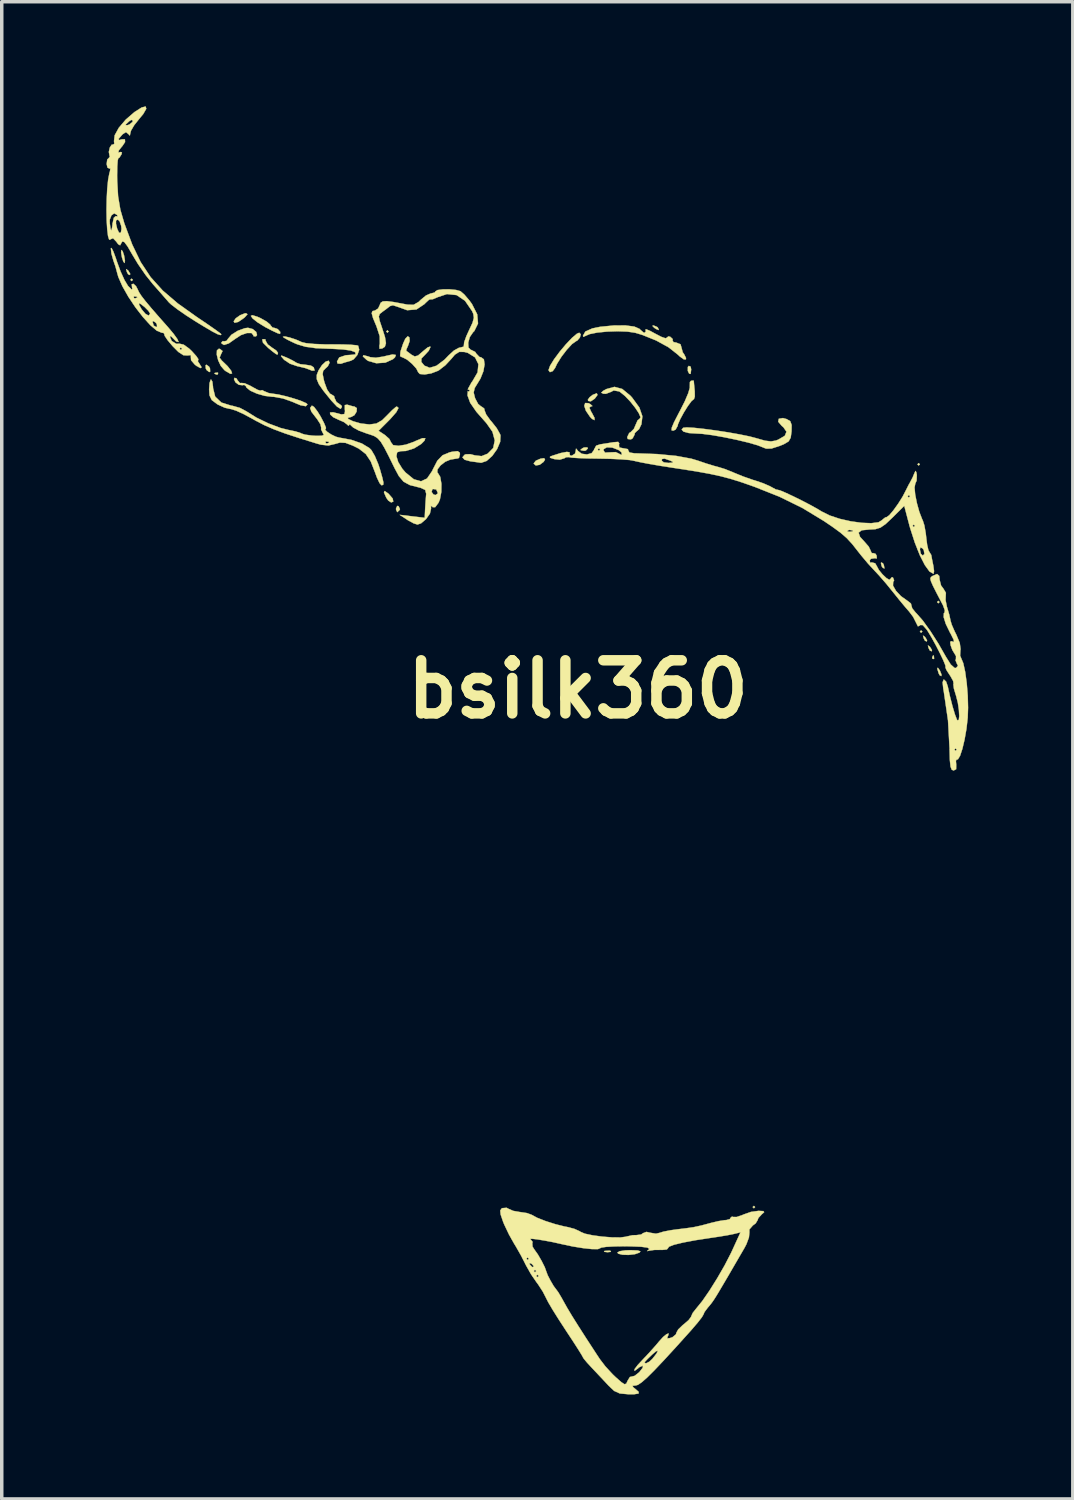
<source format=kicad_pcb>
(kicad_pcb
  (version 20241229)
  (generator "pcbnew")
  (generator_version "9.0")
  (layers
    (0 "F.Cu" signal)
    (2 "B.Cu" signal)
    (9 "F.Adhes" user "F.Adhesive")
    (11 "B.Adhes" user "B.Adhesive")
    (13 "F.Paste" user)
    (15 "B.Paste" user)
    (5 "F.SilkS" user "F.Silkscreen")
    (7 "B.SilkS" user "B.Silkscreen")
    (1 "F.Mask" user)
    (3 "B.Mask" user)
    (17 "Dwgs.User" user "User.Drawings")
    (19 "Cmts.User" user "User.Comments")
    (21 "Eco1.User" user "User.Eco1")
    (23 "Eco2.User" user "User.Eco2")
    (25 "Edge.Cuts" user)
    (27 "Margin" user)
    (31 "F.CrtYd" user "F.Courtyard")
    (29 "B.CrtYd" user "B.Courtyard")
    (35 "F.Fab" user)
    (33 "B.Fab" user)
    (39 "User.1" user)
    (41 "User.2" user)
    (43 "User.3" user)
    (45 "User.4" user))
  (footprint "bsilk360"
    (layer "F.Cu")
    (at 13.532 16.726)
    (property "Reference" "bsilk360" (at 0 0 0) (layer "F.SilkS") (effects (font (size 1.524 1.524) (thickness 0.3))))
    (attr through_hole)
    (fp_poly (pts (xy -12.771 -11.748) (xy -12.806 -11.712) (xy -12.841 -11.748) (xy -12.806 -11.783) (xy -12.771 -11.748)) (stroke (width 0.01) (type solid)) (fill yes) (layer "F.SilkS"))
    (fp_poly (pts (xy -5.433 -10.266) (xy -5.468 -10.231) (xy -5.503 -10.266) (xy -5.468 -10.301) (xy -5.433 -10.266)) (stroke (width 0.01) (type solid)) (fill yes) (layer "F.SilkS"))
    (fp_poly (pts (xy 5.08 14.852) (xy 5.045 14.887) (xy 5.009 14.852) (xy 5.045 14.817) (xy 5.08 14.852)) (stroke (width 0.01) (type solid)) (fill yes) (layer "F.SilkS"))
    (fp_poly (pts (xy 9.807 -6.456) (xy 9.772 -6.421) (xy 9.737 -6.456) (xy 9.772 -6.491) (xy 9.807 -6.456)) (stroke (width 0.01) (type solid)) (fill yes) (layer "F.SilkS"))
    (fp_poly (pts (xy 9.878 -1.658) (xy 9.842 -1.623) (xy 9.807 -1.658) (xy 9.842 -1.693) (xy 9.878 -1.658)) (stroke (width 0.01) (type solid)) (fill yes) (layer "F.SilkS"))
    (fp_poly (pts (xy 10.372 -2.505) (xy 10.336 -2.469) (xy 10.301 -2.505) (xy 10.336 -2.54) (xy 10.372 -2.505)) (stroke (width 0.01) (type solid)) (fill yes) (layer "F.SilkS"))
    (fp_poly (pts (xy -10.325 -9.078) (xy -10.334 -9.036) (xy -10.372 -9.031) (xy -10.43 -9.057) (xy -10.419 -9.078) (xy -10.335 -9.087) (xy -10.325 -9.078)) (stroke (width 0.01) (type solid)) (fill yes) (layer "F.SilkS"))
    (fp_poly (pts (xy 0.935 16.11) (xy 0.944 16.136) (xy 0.847 16.146) (xy 0.747 16.135) (xy 0.758 16.11) (xy 0.903 16.101) (xy 0.935 16.11)) (stroke (width 0.01) (type solid)) (fill yes) (layer "F.SilkS"))
    (fp_poly (pts (xy 10.207 -0.964) (xy 10.215 -0.881) (xy 10.207 -0.87) (xy 10.165 -0.88) (xy 10.16 -0.917) (xy 10.186 -0.975) (xy 10.207 -0.964)) (stroke (width 0.01) (type solid)) (fill yes) (layer "F.SilkS"))
    (fp_poly (pts (xy -12.912 -12.022) (xy -12.903 -12.013) (xy -12.847 -11.921) (xy -12.855 -11.887) (xy -12.907 -11.908) (xy -12.942 -11.974) (xy -12.964 -12.056) (xy -12.912 -12.022)) (stroke (width 0.01) (type solid)) (fill yes) (layer "F.SilkS"))
    (fp_poly (pts (xy -5.149 -5.256) (xy -5.109 -5.171) (xy -5.118 -5.146) (xy -5.186 -5.083) (xy -5.22 -5.154) (xy -5.221 -5.19) (xy -5.186 -5.263) (xy -5.149 -5.256)) (stroke (width 0.01) (type solid)) (fill yes) (layer "F.SilkS"))
    (fp_poly (pts (xy 2.278 -10.391) (xy 2.293 -10.372) (xy 2.318 -10.308) (xy 2.251 -10.332) (xy 2.187 -10.372) (xy 2.133 -10.428) (xy 2.165 -10.441) (xy 2.278 -10.391)) (stroke (width 0.01) (type solid)) (fill yes) (layer "F.SilkS"))
    (fp_poly (pts (xy 3.231 -9.257) (xy 3.246 -9.176) (xy 3.23 -9.049) (xy 3.188 -9.057) (xy 3.15 -9.135) (xy 3.151 -9.248) (xy 3.178 -9.28) (xy 3.231 -9.257)) (stroke (width 0.01) (type solid)) (fill yes) (layer "F.SilkS"))
    (fp_poly (pts (xy 8.747 -3.618) (xy 8.773 -3.566) (xy 8.791 -3.467) (xy 8.744 -3.486) (xy 8.711 -3.532) (xy 8.689 -3.625) (xy 8.698 -3.641) (xy 8.747 -3.618)) (stroke (width 0.01) (type solid)) (fill yes) (layer "F.SilkS"))
    (fp_poly (pts (xy 9.948 -1.51) (xy 9.957 -1.5) (xy 10.013 -1.408) (xy 10.005 -1.374) (xy 9.953 -1.395) (xy 9.918 -1.461) (xy 9.896 -1.543) (xy 9.948 -1.51)) (stroke (width 0.01) (type solid)) (fill yes) (layer "F.SilkS"))
    (fp_poly (pts (xy 10.089 -1.227) (xy 10.098 -1.218) (xy 10.154 -1.126) (xy 10.146 -1.092) (xy 10.094 -1.113) (xy 10.059 -1.179) (xy 10.037 -1.261) (xy 10.089 -1.227)) (stroke (width 0.01) (type solid)) (fill yes) (layer "F.SilkS"))
    (fp_poly (pts (xy 10.38 -0.542) (xy 10.427 -0.425) (xy 10.422 -0.38) (xy 10.374 -0.405) (xy 10.345 -0.461) (xy 10.305 -0.595) (xy 10.322 -0.622) (xy 10.38 -0.542)) (stroke (width 0.01) (type solid)) (fill yes) (layer "F.SilkS"))
    (fp_poly (pts (xy -13.064 -12.57) (xy -13.023 -12.448) (xy -12.998 -12.3) (xy -13.006 -12.23) (xy -13.042 -12.266) (xy -13.083 -12.388) (xy -13.108 -12.535) (xy -13.1 -12.606) (xy -13.064 -12.57)) (stroke (width 0.01) (type solid)) (fill yes) (layer "F.SilkS"))
    (fp_poly (pts (xy -10.584 -9.257) (xy -10.558 -9.207) (xy -10.553 -9.116) (xy -10.578 -9.102) (xy -10.653 -9.158) (xy -10.679 -9.207) (xy -10.684 -9.299) (xy -10.659 -9.313) (xy -10.584 -9.257)) (stroke (width 0.01) (type solid)) (fill yes) (layer "F.SilkS"))
    (fp_poly (pts (xy 0.282 -6.912) (xy 0.225 -6.852) (xy 0.176 -6.844) (xy 0.082 -6.859) (xy 0.071 -6.872) (xy 0.126 -6.917) (xy 0.176 -6.94) (xy 0.267 -6.941) (xy 0.282 -6.912)) (stroke (width 0.01) (type solid)) (fill yes) (layer "F.SilkS"))
    (fp_poly (pts (xy 0.559 -8.447) (xy 0.48 -8.34) (xy 0.367 -8.263) (xy 0.292 -8.274) (xy 0.282 -8.309) (xy 0.335 -8.383) (xy 0.423 -8.45) (xy 0.538 -8.494) (xy 0.559 -8.447)) (stroke (width 0.01) (type solid)) (fill yes) (layer "F.SilkS"))
    (fp_poly (pts (xy -5.445 -5.62) (xy -5.433 -5.609) (xy -5.317 -5.475) (xy -5.3 -5.386) (xy -5.36 -5.362) (xy -5.444 -5.417) (xy -5.501 -5.499) (xy -5.567 -5.649) (xy -5.548 -5.691) (xy -5.445 -5.62)) (stroke (width 0.01) (type solid)) (fill yes) (layer "F.SilkS"))
    (fp_poly (pts (xy -0.947 -6.591) (xy -0.988 -6.526) (xy -1.099 -6.443) (xy -1.212 -6.423) (xy -1.269 -6.474) (xy -1.27 -6.484) (xy -1.211 -6.559) (xy -1.075 -6.618) (xy -0.973 -6.632) (xy -0.947 -6.591)) (stroke (width 0.01) (type solid)) (fill yes) (layer "F.SilkS"))
    (fp_poly (pts (xy -9.482 -10.762) (xy -9.56 -10.674) (xy -9.586 -10.652) (xy -9.747 -10.541) (xy -9.852 -10.516) (xy -9.878 -10.558) (xy -9.821 -10.643) (xy -9.694 -10.733) (xy -9.557 -10.787) (xy -9.525 -10.79) (xy -9.482 -10.762)) (stroke (width 0.01) (type solid)) (fill yes) (layer "F.SilkS"))
    (fp_poly (pts (xy 1.71 16.096) (xy 1.79 16.121) (xy 1.764 16.157) (xy 1.632 16.203) (xy 1.452 16.224) (xy 1.276 16.219) (xy 1.154 16.189) (xy 1.129 16.157) (xy 1.193 16.118) (xy 1.356 16.093) (xy 1.499 16.088) (xy 1.71 16.096)) (stroke (width 0.01) (type solid)) (fill yes) (layer "F.SilkS"))
    (fp_poly (pts (xy -8.971 -10.043) (xy -8.961 -10) (xy -8.904 -9.898) (xy -8.784 -9.807) (xy -8.656 -9.72) (xy -8.608 -9.654) (xy -8.616 -9.607) (xy -8.66 -9.616) (xy -8.764 -9.694) (xy -8.888 -9.795) (xy -9.037 -9.943) (xy -9.059 -10.032) (xy -9.044 -10.046) (xy -8.971 -10.043)) (stroke (width 0.01) (type solid)) (fill yes) (layer "F.SilkS"))
    (fp_poly (pts (xy 0.303 -8.21) (xy 0.356 -8.181) (xy 0.414 -8.127) (xy 0.369 -8.115) (xy 0.325 -8.081) (xy 0.375 -7.969) (xy 0.396 -7.935) (xy 0.473 -7.788) (xy 0.472 -7.723) (xy 0.402 -7.759) (xy 0.344 -7.819) (xy 0.225 -7.994) (xy 0.179 -8.134) (xy 0.205 -8.215) (xy 0.303 -8.21)) (stroke (width 0.01) (type solid)) (fill yes) (layer "F.SilkS"))
    (fp_poly (pts (xy -5.226 -9.593) (xy -5.252 -9.524) (xy -5.309 -9.472) (xy -5.527 -9.373) (xy -5.786 -9.356) (xy -6.018 -9.422) (xy -6.068 -9.455) (xy -6.173 -9.553) (xy -6.155 -9.586) (xy -6.018 -9.551) (xy -5.962 -9.53) (xy -5.799 -9.514) (xy -5.573 -9.549) (xy -5.521 -9.563) (xy -5.319 -9.608) (xy -5.226 -9.593)) (stroke (width 0.01) (type solid)) (fill yes) (layer "F.SilkS"))
    (fp_poly (pts (xy -10.273 -9.765) (xy -10.197 -9.706) (xy -10.239 -9.62) (xy -10.282 -9.515) (xy -10.222 -9.435) (xy -10.054 -9.273) (xy -9.952 -9.143) (xy -9.924 -9.063) (xy -9.972 -9.052) (xy -10.104 -9.128) (xy -10.144 -9.158) (xy -10.248 -9.279) (xy -10.323 -9.439) (xy -10.363 -9.6) (xy -10.359 -9.724) (xy -10.303 -9.772) (xy -10.273 -9.765)) (stroke (width 0.01) (type solid)) (fill yes) (layer "F.SilkS"))
    (fp_poly (pts (xy -9.197 -10.689) (xy -9.102 -10.646) (xy -8.931 -10.549) (xy -8.831 -10.465) (xy -8.819 -10.441) (xy -8.763 -10.379) (xy -8.718 -10.372) (xy -8.613 -10.334) (xy -8.543 -10.255) (xy -8.548 -10.197) (xy -8.617 -10.216) (xy -8.774 -10.289) (xy -8.977 -10.395) (xy -9.196 -10.53) (xy -9.335 -10.641) (xy -9.386 -10.714) (xy -9.342 -10.734) (xy -9.197 -10.689)) (stroke (width 0.01) (type solid)) (fill yes) (layer "F.SilkS"))
    (fp_poly (pts (xy -8.381 -9.527) (xy -8.359 -9.518) (xy -8.192 -9.437) (xy -8.082 -9.371) (xy -8.082 -9.37) (xy -7.966 -9.328) (xy -7.822 -9.313) (xy -7.663 -9.288) (xy -7.582 -9.238) (xy -7.557 -9.147) (xy -7.635 -9.143) (xy -7.691 -9.168) (xy -7.83 -9.219) (xy -8.028 -9.266) (xy -8.051 -9.27) (xy -8.262 -9.342) (xy -8.429 -9.453) (xy -8.438 -9.462) (xy -8.521 -9.559) (xy -8.508 -9.577) (xy -8.381 -9.527)) (stroke (width 0.01) (type solid)) (fill yes) (layer "F.SilkS"))
    (fp_poly (pts (xy 0.079 -10.187) (xy 0.053 -10.093) (xy -0.02 -10.007) (xy -0.059 -9.987) (xy -0.172 -9.906) (xy -0.322 -9.743) (xy -0.477 -9.541) (xy -0.603 -9.339) (xy -0.656 -9.225) (xy -0.725 -9.13) (xy -0.806 -9.1) (xy -0.847 -9.156) (xy -0.847 -9.158) (xy -0.802 -9.283) (xy -0.687 -9.469) (xy -0.526 -9.686) (xy -0.346 -9.901) (xy -0.172 -10.084) (xy -0.031 -10.203) (xy 0.035 -10.231) (xy 0.079 -10.187)) (stroke (width 0.01) (type solid)) (fill yes) (layer "F.SilkS"))
    (fp_poly (pts (xy -9.331 -10.336) (xy -9.232 -10.253) (xy -9.208 -10.164) (xy -9.239 -10.127) (xy -9.307 -10.129) (xy -9.313 -10.156) (xy -9.366 -10.223) (xy -9.498 -10.223) (xy -9.669 -10.163) (xy -9.836 -10.054) (xy -10.018 -9.925) (xy -10.157 -9.88) (xy -10.227 -9.924) (xy -10.231 -9.952) (xy -10.187 -9.994) (xy -10.16 -9.983) (xy -10.079 -9.999) (xy -10.045 -10.052) (xy -9.941 -10.174) (xy -9.759 -10.288) (xy -9.557 -10.361) (xy -9.467 -10.372) (xy -9.331 -10.336)) (stroke (width 0.01) (type solid)) (fill yes) (layer "F.SilkS"))
    (fp_poly (pts (xy 3.321 -8.841) (xy 3.33 -8.737) (xy 3.347 -8.562) (xy 3.348 -8.555) (xy 3.35 -8.399) (xy 3.326 -8.326) (xy 3.322 -8.326) (xy 3.255 -8.269) (xy 3.15 -8.127) (xy 3.035 -7.942) (xy 2.932 -7.753) (xy 2.867 -7.604) (xy 2.857 -7.556) (xy 2.798 -7.451) (xy 2.73 -7.421) (xy 2.683 -7.432) (xy 2.689 -7.506) (xy 2.753 -7.66) (xy 2.883 -7.913) (xy 2.926 -7.993) (xy 3.063 -8.264) (xy 3.161 -8.495) (xy 3.207 -8.654) (xy 3.207 -8.697) (xy 3.209 -8.815) (xy 3.241 -8.852) (xy 3.312 -8.86) (xy 3.321 -8.841)) (stroke (width 0.01) (type solid)) (fill yes) (layer "F.SilkS"))
    (fp_poly (pts (xy -7.126 -9.372) (xy -7.177 -9.27) (xy -7.244 -9.208) (xy -7.311 -9.139) (xy -7.326 -9.042) (xy -7.291 -8.871) (xy -7.27 -8.794) (xy -7.196 -8.597) (xy -7.116 -8.482) (xy -7.082 -8.467) (xy -6.997 -8.41) (xy -6.985 -8.359) (xy -6.928 -8.241) (xy -6.879 -8.21) (xy -6.786 -8.141) (xy -6.773 -8.106) (xy -6.808 -8.046) (xy -6.911 -8.108) (xy -7.081 -8.289) (xy -7.091 -8.302) (xy -7.306 -8.568) (xy -7.437 -8.758) (xy -7.495 -8.9) (xy -7.494 -9.022) (xy -7.443 -9.152) (xy -7.442 -9.154) (xy -7.343 -9.305) (xy -7.237 -9.403) (xy -7.154 -9.428) (xy -7.126 -9.372)) (stroke (width 0.01) (type solid)) (fill yes) (layer "F.SilkS"))
    (fp_poly (pts (xy 1.268 -8.618) (xy 1.499 -8.428) (xy 1.552 -8.37) (xy 1.76 -8.084) (xy 1.846 -7.834) (xy 1.819 -7.606) (xy 1.751 -7.465) (xy 1.686 -7.408) (xy 1.629 -7.352) (xy 1.623 -7.31) (xy 1.566 -7.201) (xy 1.517 -7.171) (xy 1.426 -7.182) (xy 1.411 -7.236) (xy 1.468 -7.354) (xy 1.511 -7.38) (xy 1.603 -7.473) (xy 1.653 -7.59) (xy 1.71 -7.72) (xy 1.766 -7.761) (xy 1.793 -7.807) (xy 1.743 -7.924) (xy 1.637 -8.084) (xy 1.498 -8.258) (xy 1.347 -8.417) (xy 1.205 -8.532) (xy 1.177 -8.548) (xy 1.021 -8.575) (xy 0.951 -8.536) (xy 0.801 -8.479) (xy 0.727 -8.481) (xy 0.666 -8.51) (xy 0.719 -8.563) (xy 0.815 -8.615) (xy 1.046 -8.678) (xy 1.268 -8.618)) (stroke (width 0.01) (type solid)) (fill yes) (layer "F.SilkS"))
    (fp_poly (pts (xy -9.798 -8.921) (xy -9.766 -8.865) (xy -9.699 -8.786) (xy -9.657 -8.79) (xy -9.562 -8.781) (xy -9.403 -8.71) (xy -9.347 -8.678) (xy -9.196 -8.595) (xy -9.11 -8.568) (xy -9.102 -8.575) (xy -9.058 -8.585) (xy -9.013 -8.558) (xy -8.873 -8.5) (xy -8.77 -8.484) (xy -8.597 -8.459) (xy -8.372 -8.407) (xy -8.137 -8.339) (xy -7.931 -8.269) (xy -7.794 -8.207) (xy -7.761 -8.175) (xy -7.81 -8.123) (xy -7.962 -8.151) (xy -8.22 -8.259) (xy -8.468 -8.346) (xy -8.725 -8.392) (xy -8.774 -8.394) (xy -8.989 -8.42) (xy -9.212 -8.484) (xy -9.401 -8.569) (xy -9.512 -8.658) (xy -9.525 -8.694) (xy -9.576 -8.735) (xy -9.626 -8.725) (xy -9.731 -8.737) (xy -9.829 -8.81) (xy -9.87 -8.9) (xy -9.854 -8.937) (xy -9.798 -8.921)) (stroke (width 0.01) (type solid)) (fill yes) (layer "F.SilkS"))
    (fp_poly (pts (xy -8.27 -10.093) (xy -8.096 -10.036) (xy -7.937 -9.967) (xy -7.927 -9.961) (xy -7.8 -9.931) (xy -7.571 -9.909) (xy -7.275 -9.897) (xy -7.071 -9.896) (xy -6.766 -9.895) (xy -6.516 -9.886) (xy -6.352 -9.871) (xy -6.307 -9.859) (xy -6.277 -9.743) (xy -6.329 -9.595) (xy -6.436 -9.469) (xy -6.519 -9.427) (xy -6.7 -9.376) (xy -6.802 -9.341) (xy -6.898 -9.347) (xy -6.914 -9.404) (xy -6.85 -9.522) (xy -6.664 -9.585) (xy -6.507 -9.596) (xy -6.385 -9.609) (xy -6.387 -9.659) (xy -6.405 -9.678) (xy -6.517 -9.72) (xy -6.744 -9.752) (xy -7.06 -9.77) (xy -7.142 -9.772) (xy -7.526 -9.788) (xy -7.815 -9.828) (xy -8.054 -9.899) (xy -8.132 -9.932) (xy -8.32 -10.022) (xy -8.442 -10.092) (xy -8.467 -10.116) (xy -8.409 -10.124) (xy -8.27 -10.093)) (stroke (width 0.01) (type solid)) (fill yes) (layer "F.SilkS"))
    (fp_poly (pts (xy 5.984 -7.754) (xy 6.088 -7.693) (xy 6.128 -7.585) (xy 6.125 -7.4) (xy 6.101 -7.22) (xy 6.04 -7.113) (xy 5.903 -7.032) (xy 5.782 -6.983) (xy 5.551 -6.909) (xy 5.396 -6.906) (xy 5.327 -6.933) (xy 5.156 -7.001) (xy 4.885 -7.079) (xy 4.551 -7.159) (xy 4.194 -7.233) (xy 3.852 -7.293) (xy 3.565 -7.33) (xy 3.42 -7.338) (xy 3.179 -7.353) (xy 3.024 -7.395) (xy 2.973 -7.453) (xy 3.018 -7.505) (xy 3.12 -7.515) (xy 3.329 -7.503) (xy 3.615 -7.472) (xy 3.947 -7.428) (xy 4.294 -7.375) (xy 4.626 -7.316) (xy 4.912 -7.258) (xy 5.111 -7.206) (xy 5.363 -7.134) (xy 5.534 -7.113) (xy 5.675 -7.137) (xy 5.744 -7.164) (xy 5.932 -7.274) (xy 5.98 -7.391) (xy 5.891 -7.521) (xy 5.848 -7.556) (xy 5.743 -7.677) (xy 5.759 -7.762) (xy 5.878 -7.783) (xy 5.984 -7.754)) (stroke (width 0.01) (type solid)) (fill yes) (layer "F.SilkS"))
    (fp_poly (pts (xy 1.615 -10.407) (xy 1.767 -10.34) (xy 1.785 -10.319) (xy 1.878 -10.238) (xy 1.913 -10.231) (xy 1.948 -10.276) (xy 1.931 -10.315) (xy 1.956 -10.33) (xy 2.072 -10.282) (xy 2.209 -10.207) (xy 2.39 -10.113) (xy 2.51 -10.072) (xy 2.54 -10.084) (xy 2.592 -10.126) (xy 2.645 -10.115) (xy 2.717 -10.049) (xy 2.712 -10.011) (xy 2.737 -9.962) (xy 2.818 -9.948) (xy 2.94 -9.9) (xy 2.963 -9.821) (xy 3.004 -9.669) (xy 3.042 -9.616) (xy 3.098 -9.506) (xy 3.095 -9.466) (xy 3.036 -9.466) (xy 2.918 -9.551) (xy 2.857 -9.608) (xy 2.595 -9.814) (xy 2.24 -10.009) (xy 1.84 -10.17) (xy 1.639 -10.23) (xy 1.418 -10.263) (xy 1.134 -10.273) (xy 0.83 -10.263) (xy 0.548 -10.235) (xy 0.331 -10.191) (xy 0.231 -10.147) (xy 0.153 -10.112) (xy 0.141 -10.143) (xy 0.21 -10.265) (xy 0.413 -10.356) (xy 0.635 -10.401) (xy 1.023 -10.439) (xy 1.358 -10.441) (xy 1.615 -10.407)) (stroke (width 0.01) (type solid)) (fill yes) (layer "F.SilkS"))
    (fp_poly (pts (xy -10.49 -8.828) (xy -10.471 -8.675) (xy -10.47 -8.642) (xy -10.409 -8.398) (xy -10.232 -8.228) (xy -9.948 -8.139) (xy -9.918 -8.136) (xy -9.7 -8.075) (xy -9.516 -7.977) (xy -9.226 -7.796) (xy -8.879 -7.628) (xy -8.535 -7.499) (xy -8.307 -7.442) (xy -8.105 -7.4) (xy -7.962 -7.355) (xy -7.938 -7.341) (xy -7.828 -7.307) (xy -7.637 -7.281) (xy -7.549 -7.275) (xy -7.36 -7.274) (xy -7.291 -7.298) (xy -7.315 -7.343) (xy -7.371 -7.457) (xy -7.367 -7.505) (xy -7.39 -7.605) (xy -7.484 -7.753) (xy -7.514 -7.79) (xy -7.648 -7.964) (xy -7.686 -8.072) (xy -7.635 -8.14) (xy -7.574 -8.103) (xy -7.473 -7.971) (xy -7.384 -7.827) (xy -7.286 -7.639) (xy -7.233 -7.513) (xy -7.233 -7.479) (xy -7.259 -7.452) (xy -7.195 -7.388) (xy -7.079 -7.311) (xy -6.947 -7.248) (xy -6.854 -7.223) (xy -6.506 -7.159) (xy -6.201 -7.053) (xy -5.981 -6.919) (xy -5.928 -6.864) (xy -5.83 -6.697) (xy -5.73 -6.46) (xy -5.683 -6.317) (xy -5.614 -6.073) (xy -5.583 -5.935) (xy -5.586 -5.873) (xy -5.621 -5.857) (xy -5.639 -5.856) (xy -5.694 -5.917) (xy -5.769 -6.076) (xy -5.824 -6.227) (xy -5.946 -6.539) (xy -6.088 -6.751) (xy -6.286 -6.905) (xy -6.462 -6.993) (xy -6.672 -7.072) (xy -6.832 -7.08) (xy -6.968 -7.041) (xy -7.161 -6.996) (xy -7.373 -7.019) (xy -7.491 -7.051) (xy -7.658 -7.103) (xy -7.244 -7.103) (xy -7.234 -7.061) (xy -7.197 -7.056) (xy -7.139 -7.081) (xy -7.15 -7.103) (xy -7.233 -7.111) (xy -7.244 -7.103) (xy -7.658 -7.103) (xy -8.004 -7.21) (xy -8.408 -7.343) (xy -8.73 -7.463) (xy -8.997 -7.579) (xy -9.235 -7.702) (xy -9.341 -7.762) (xy -9.59 -7.896) (xy -9.809 -7.996) (xy -9.958 -8.042) (xy -9.974 -8.044) (xy -10.134 -8.08) (xy -10.328 -8.168) (xy -10.354 -8.184) (xy -10.507 -8.299) (xy -10.572 -8.434) (xy -10.583 -8.607) (xy -10.571 -8.784) (xy -10.54 -8.883) (xy -10.527 -8.89) (xy -10.49 -8.828)) (stroke (width 0.01) (type solid)) (fill yes) (layer "F.SilkS"))
    (fp_poly (pts (xy -13.33 -12.56) (xy -13.257 -12.364) (xy -13.227 -12.271) (xy -13.124 -11.991) (xy -13.012 -11.744) (xy -12.913 -11.579) (xy -12.901 -11.565) (xy -12.804 -11.47) (xy -12.784 -11.49) (xy -12.793 -11.518) (xy -12.804 -11.622) (xy -12.753 -11.635) (xy -12.679 -11.565) (xy -12.635 -11.481) (xy -12.594 -11.393) (xy -12.524 -11.285) (xy -12.411 -11.139) (xy -12.242 -10.937) (xy -12.002 -10.661) (xy -11.76 -10.388) (xy -11.6 -10.197) (xy -11.493 -10.048) (xy -11.459 -9.968) (xy -11.461 -9.965) (xy -11.528 -9.981) (xy -11.605 -10.059) (xy -11.682 -10.134) (xy -11.71 -10.116) (xy -11.655 -9.993) (xy -11.527 -9.914) (xy -11.419 -9.913) (xy -11.313 -9.889) (xy -11.158 -9.778) (xy -11.079 -9.703) (xy -10.952 -9.562) (xy -10.891 -9.472) (xy -10.896 -9.454) (xy -10.906 -9.411) (xy -10.864 -9.347) (xy -10.798 -9.24) (xy -10.83 -9.216) (xy -10.945 -9.279) (xy -10.994 -9.317) (xy -11.1 -9.441) (xy -11.107 -9.534) (xy -11.106 -9.59) (xy -11.203 -9.579) (xy -11.322 -9.586) (xy -11.465 -9.68) (xy -11.556 -9.772) (xy -11.43 -9.772) (xy -11.395 -9.737) (xy -11.359 -9.772) (xy -11.395 -9.807) (xy -11.43 -9.772) (xy -11.556 -9.772) (xy -11.63 -9.846) (xy -11.772 -10.015) (xy -11.858 -10.142) (xy -11.869 -10.191) (xy -11.89 -10.225) (xy -11.942 -10.231) (xy -12.084 -10.289) (xy -12.27 -10.448) (xy -12.352 -10.539) (xy -12.206 -10.539) (xy -12.171 -10.435) (xy -12.102 -10.395) (xy -12.076 -10.408) (xy -12.085 -10.481) (xy -12.123 -10.528) (xy -12.194 -10.568) (xy -12.206 -10.539) (xy -12.352 -10.539) (xy -12.481 -10.681) (xy -12.698 -10.961) (xy -12.775 -11.077) (xy -12.597 -11.077) (xy -12.589 -11.027) (xy -12.52 -10.905) (xy -12.517 -10.901) (xy -12.407 -10.77) (xy -12.317 -10.723) (xy -12.277 -10.773) (xy -12.277 -10.779) (xy -12.325 -10.859) (xy -12.433 -10.968) (xy -12.546 -11.056) (xy -12.597 -11.077) (xy -12.775 -11.077) (xy -12.9 -11.264) (xy -12.901 -11.265) (xy -12.747 -11.265) (xy -12.737 -11.223) (xy -12.7 -11.218) (xy -12.642 -11.244) (xy -12.653 -11.265) (xy -12.737 -11.274) (xy -12.747 -11.265) (xy -12.901 -11.265) (xy -13.07 -11.563) (xy -13.188 -11.831) (xy -13.224 -11.959) (xy -13.27 -12.131) (xy -13.329 -12.299) (xy -13.385 -12.498) (xy -13.402 -12.652) (xy -13.382 -12.663) (xy -13.33 -12.56)) (stroke (width 0.01) (type solid)) (fill yes) (layer "F.SilkS"))
    (fp_poly (pts (xy -6.597 -8.159) (xy -6.461 -8.12) (xy -6.415 -8.114) (xy -6.346 -8.069) (xy -6.352 -7.968) (xy -6.415 -7.865) (xy -6.509 -7.814) (xy -6.605 -7.79) (xy -6.591 -7.757) (xy -6.456 -7.692) (xy -6.234 -7.628) (xy -5.989 -7.6) (xy -5.98 -7.6) (xy -5.785 -7.626) (xy -5.621 -7.72) (xy -5.481 -7.858) (xy -5.336 -8.006) (xy -5.229 -8.099) (xy -5.198 -8.114) (xy -5.15 -8.073) (xy -5.213 -7.952) (xy -5.387 -7.754) (xy -5.437 -7.703) (xy -5.723 -7.417) (xy -5.543 -7.299) (xy -5.414 -7.185) (xy -5.362 -7.083) (xy -5.304 -7.007) (xy -5.151 -6.987) (xy -4.94 -7.02) (xy -4.705 -7.103) (xy -4.654 -7.128) (xy -4.468 -7.205) (xy -4.381 -7.206) (xy -4.404 -7.135) (xy -4.498 -7.04) (xy -4.702 -6.914) (xy -4.94 -6.839) (xy -5.089 -6.833) (xy -5.189 -6.802) (xy -5.21 -6.689) (xy -5.159 -6.522) (xy -5.043 -6.332) (xy -4.948 -6.221) (xy -4.71 -6.027) (xy -4.505 -5.969) (xy -4.331 -6.049) (xy -4.184 -6.266) (xy -4.168 -6.303) (xy -4.035 -6.561) (xy -3.886 -6.715) (xy -3.683 -6.8) (xy -3.609 -6.817) (xy -3.452 -6.834) (xy -3.392 -6.789) (xy -3.387 -6.747) (xy -3.414 -6.644) (xy -3.44 -6.627) (xy -3.544 -6.611) (xy -3.662 -6.591) (xy -3.81 -6.53) (xy -3.944 -6.425) (xy -4.031 -6.311) (xy -4.037 -6.223) (xy -4.022 -6.209) (xy -3.953 -6.096) (xy -3.919 -5.897) (xy -3.922 -5.664) (xy -3.962 -5.449) (xy -4.004 -5.351) (xy -4.099 -5.225) (xy -4.168 -5.225) (xy -4.181 -5.24) (xy -4.221 -5.267) (xy -4.216 -5.186) (xy -4.249 -5.043) (xy -4.36 -4.885) (xy -4.503 -4.763) (xy -4.607 -4.728) (xy -4.719 -4.764) (xy -4.882 -4.853) (xy -4.903 -4.868) (xy -5.115 -5.007) (xy -4.757 -4.964) (xy -4.398 -4.922) (xy -4.385 -5.195) (xy -4.371 -5.413) (xy -4.357 -5.591) (xy -4.355 -5.609) (xy -4.37 -5.667) (xy -4.203 -5.667) (xy -4.147 -5.591) (xy -4.088 -5.574) (xy -4.023 -5.621) (xy -4.022 -5.633) (xy -4.068 -5.735) (xy -4.163 -5.749) (xy -4.174 -5.743) (xy -4.203 -5.667) (xy -4.37 -5.667) (xy -4.383 -5.721) (xy -4.518 -5.784) (xy -4.551 -5.791) (xy -4.824 -5.86) (xy -5.004 -5.957) (xy -5.14 -6.119) (xy -5.258 -6.338) (xy -5.43 -6.689) (xy -5.557 -6.935) (xy -5.655 -7.098) (xy -5.744 -7.2) (xy -5.84 -7.264) (xy -5.961 -7.309) (xy -6.069 -7.343) (xy -6.286 -7.423) (xy -6.446 -7.509) (xy -6.496 -7.554) (xy -6.55 -7.607) (xy -6.562 -7.585) (xy -6.59 -7.562) (xy -6.616 -7.592) (xy -6.716 -7.668) (xy -6.875 -7.737) (xy -7.024 -7.808) (xy -7.109 -7.886) (xy -7.115 -7.942) (xy -7.028 -7.95) (xy -6.976 -7.937) (xy -6.788 -7.888) (xy -6.701 -7.899) (xy -6.685 -7.982) (xy -6.691 -8.036) (xy -6.69 -8.155) (xy -6.621 -8.167) (xy -6.597 -8.159)) (stroke (width 0.01) (type solid)) (fill yes) (layer "F.SilkS"))
    (fp_poly (pts (xy -12.386 -16.656) (xy -12.473 -16.505) (xy -12.588 -16.366) (xy -12.732 -16.185) (xy -12.824 -16.028) (xy -12.842 -15.963) (xy -12.857 -15.886) (xy -12.902 -15.933) (xy -12.968 -15.986) (xy -13.06 -15.928) (xy -13.078 -15.91) (xy -13.179 -15.793) (xy -13.168 -15.757) (xy -13.088 -15.779) (xy -12.999 -15.779) (xy -12.994 -15.702) (xy -13.076 -15.58) (xy -13.088 -15.568) (xy -13.174 -15.46) (xy -13.188 -15.399) (xy -13.124 -15.416) (xy -13.084 -15.405) (xy -13.096 -15.349) (xy -13.157 -15.254) (xy -13.186 -15.24) (xy -13.205 -15.175) (xy -13.218 -14.999) (xy -13.222 -14.745) (xy -13.22 -14.587) (xy -13.194 -14.142) (xy -13.129 -13.758) (xy -13.016 -13.37) (xy -12.789 -12.761) (xy -12.546 -12.257) (xy -12.262 -11.827) (xy -11.914 -11.441) (xy -11.48 -11.07) (xy -10.936 -10.682) (xy -10.936 -10.682) (xy -10.663 -10.498) (xy -10.44 -10.343) (xy -10.288 -10.234) (xy -10.231 -10.186) (xy -10.231 -10.186) (xy -10.255 -10.163) (xy -10.34 -10.189) (xy -10.5 -10.272) (xy -10.751 -10.42) (xy -10.971 -10.555) (xy -11.25 -10.734) (xy -11.494 -10.904) (xy -11.671 -11.04) (xy -11.736 -11.101) (xy -11.85 -11.232) (xy -12.019 -11.425) (xy -12.195 -11.624) (xy -12.405 -11.887) (xy -12.624 -12.204) (xy -12.784 -12.469) (xy -12.922 -12.707) (xy -13.013 -12.83) (xy -13.069 -12.852) (xy -13.093 -12.818) (xy -13.136 -12.739) (xy -13.191 -12.77) (xy -13.247 -12.845) (xy -13.339 -12.942) (xy -13.403 -12.915) (xy -13.408 -12.908) (xy -13.45 -12.899) (xy -13.483 -13.004) (xy -13.507 -13.2) (xy -13.518 -13.389) (xy -13.435 -13.389) (xy -13.41 -13.206) (xy -13.387 -13.163) (xy -13.365 -13.258) (xy -13.354 -13.354) (xy -13.334 -13.452) (xy -13.254 -13.452) (xy -13.254 -13.355) (xy -13.22 -13.212) (xy -13.165 -13.097) (xy -13.115 -13.102) (xy -13.096 -13.209) (xy -13.106 -13.298) (xy -13.152 -13.431) (xy -13.202 -13.476) (xy -13.254 -13.452) (xy -13.334 -13.452) (xy -13.317 -13.529) (xy -13.26 -13.578) (xy -13.249 -13.573) (xy -13.206 -13.568) (xy -13.225 -13.61) (xy -13.304 -13.656) (xy -13.384 -13.6) (xy -13.433 -13.475) (xy -13.435 -13.389) (xy -13.518 -13.389) (xy -13.522 -13.459) (xy -13.527 -13.756) (xy -13.521 -14.066) (xy -13.506 -14.363) (xy -13.48 -14.621) (xy -13.443 -14.814) (xy -13.428 -14.861) (xy -13.417 -14.942) (xy -13.446 -14.941) (xy -13.499 -14.968) (xy -13.522 -15.07) (xy -13.506 -15.199) (xy -13.464 -15.24) (xy -13.429 -15.284) (xy -13.441 -15.311) (xy -13.46 -15.418) (xy -13.432 -15.543) (xy -13.378 -15.626) (xy -13.337 -15.629) (xy -13.303 -15.653) (xy -13.312 -15.726) (xy -13.292 -15.895) (xy -13.173 -16.111) (xy -13.109 -16.186) (xy -12.982 -16.186) (xy -12.929 -16.185) (xy -12.876 -16.202) (xy -12.783 -16.276) (xy -12.771 -16.315) (xy -12.813 -16.338) (xy -12.876 -16.298) (xy -12.964 -16.215) (xy -12.982 -16.186) (xy -13.109 -16.186) (xy -12.975 -16.344) (xy -12.726 -16.56) (xy -12.519 -16.692) (xy -12.404 -16.721) (xy -12.386 -16.656)) (stroke (width 0.01) (type solid)) (fill yes) (layer "F.SilkS"))
    (fp_poly (pts (xy -3.498 -11.458) (xy -3.372 -11.422) (xy -3.263 -11.328) (xy -3.12 -11.161) (xy -3.044 -11.057) (xy -2.892 -10.758) (xy -2.869 -10.496) (xy -2.975 -10.279) (xy -3.011 -10.244) (xy -3.105 -10.107) (xy -3.151 -9.945) (xy -3.143 -9.806) (xy -3.076 -9.738) (xy -3.063 -9.737) (xy -2.949 -9.68) (xy -2.918 -9.631) (xy -2.829 -9.537) (xy -2.779 -9.525) (xy -2.701 -9.468) (xy -2.681 -9.322) (xy -2.715 -9.126) (xy -2.799 -8.916) (xy -2.857 -8.82) (xy -2.964 -8.646) (xy -2.994 -8.516) (xy -2.957 -8.366) (xy -2.947 -8.34) (xy -2.866 -8.188) (xy -2.78 -8.115) (xy -2.771 -8.114) (xy -2.692 -8.057) (xy -2.681 -8.004) (xy -2.636 -7.887) (xy -2.522 -7.727) (xy -2.474 -7.672) (xy -2.332 -7.492) (xy -2.236 -7.32) (xy -2.224 -7.283) (xy -2.234 -7.101) (xy -2.322 -6.892) (xy -2.461 -6.697) (xy -2.622 -6.553) (xy -2.777 -6.5) (xy -2.8 -6.502) (xy -2.905 -6.518) (xy -3.079 -6.541) (xy -3.087 -6.542) (xy -3.255 -6.588) (xy -3.316 -6.657) (xy -3.256 -6.728) (xy -3.223 -6.743) (xy -3.09 -6.747) (xy -2.959 -6.713) (xy -2.767 -6.691) (xy -2.593 -6.761) (xy -2.433 -6.924) (xy -2.388 -7.143) (xy -2.455 -7.391) (xy -2.628 -7.637) (xy -2.914 -7.961) (xy -3.093 -8.22) (xy -3.171 -8.434) (xy -3.161 -8.559) (xy -3.14 -8.537) (xy -3.104 -8.572) (xy -3.14 -8.608) (xy -3.159 -8.588) (xy -3.156 -8.623) (xy -3.054 -8.807) (xy -3.03 -8.837) (xy -2.881 -9.094) (xy -2.858 -9.33) (xy -2.954 -9.524) (xy -3.163 -9.654) (xy -3.264 -9.68) (xy -3.408 -9.682) (xy -3.532 -9.603) (xy -3.636 -9.48) (xy -3.805 -9.298) (xy -3.99 -9.155) (xy -4.022 -9.137) (xy -4.212 -9.065) (xy -4.398 -9.034) (xy -4.538 -9.047) (xy -4.586 -9.098) (xy -4.638 -9.203) (xy -4.76 -9.338) (xy -4.906 -9.46) (xy -5.028 -9.523) (xy -5.043 -9.525) (xy -5.104 -9.559) (xy -5.095 -9.68) (xy -5.081 -9.731) (xy -5.016 -9.924) (xy -4.955 -10.058) (xy -4.885 -10.13) (xy -4.838 -10.097) (xy -4.83 -9.995) (xy -4.871 -9.873) (xy -4.923 -9.754) (xy -4.927 -9.711) (xy -4.859 -9.662) (xy -4.778 -9.6) (xy -4.684 -9.55) (xy -4.589 -9.578) (xy -4.45 -9.697) (xy -4.442 -9.704) (xy -4.315 -9.808) (xy -4.241 -9.835) (xy -4.233 -9.82) (xy -4.282 -9.714) (xy -4.374 -9.614) (xy -4.492 -9.492) (xy -4.495 -9.393) (xy -4.407 -9.286) (xy -4.256 -9.225) (xy -4.059 -9.285) (xy -3.83 -9.458) (xy -3.715 -9.578) (xy -3.559 -9.721) (xy -3.413 -9.801) (xy -3.375 -9.807) (xy -3.28 -9.832) (xy -3.275 -9.868) (xy -3.266 -9.959) (xy -3.204 -10.132) (xy -3.129 -10.297) (xy -3.027 -10.515) (xy -2.988 -10.657) (xy -3.004 -10.772) (xy -3.04 -10.853) (xy -3.242 -11.148) (xy -3.484 -11.311) (xy -3.76 -11.34) (xy -4.025 -11.252) (xy -4.165 -11.192) (xy -4.232 -11.187) (xy -4.233 -11.192) (xy -4.274 -11.178) (xy -4.376 -11.084) (xy -4.406 -11.052) (xy -4.634 -10.899) (xy -4.9 -10.877) (xy -5.145 -10.965) (xy -5.31 -11.019) (xy -5.392 -10.996) (xy -5.509 -10.905) (xy -5.609 -10.833) (xy -5.689 -10.769) (xy -5.715 -10.696) (xy -5.69 -10.571) (xy -5.627 -10.385) (xy -5.538 -10.107) (xy -5.51 -9.931) (xy -5.542 -9.828) (xy -5.617 -9.779) (xy -5.694 -9.771) (xy -5.699 -9.857) (xy -5.686 -9.915) (xy -5.689 -10.13) (xy -5.781 -10.412) (xy -5.784 -10.419) (xy -5.882 -10.655) (xy -5.919 -10.791) (xy -5.897 -10.852) (xy -5.829 -10.866) (xy -5.736 -10.925) (xy -5.692 -11.016) (xy -5.662 -11.09) (xy -5.601 -11.13) (xy -5.484 -11.137) (xy -5.286 -11.111) (xy -4.982 -11.054) (xy -4.899 -11.038) (xy -4.72 -11.031) (xy -4.573 -11.115) (xy -4.511 -11.176) (xy -4.362 -11.299) (xy -4.226 -11.358) (xy -4.216 -11.358) (xy -4.111 -11.386) (xy -4.092 -11.416) (xy -4.03 -11.455) (xy -3.878 -11.475) (xy -3.684 -11.476) (xy -3.498 -11.458)) (stroke (width 0.01) (type solid)) (fill yes) (layer "F.SilkS"))
    (fp_poly (pts (xy -1.993 14.902) (xy -1.861 14.96) (xy -1.668 14.994) (xy -1.656 14.995) (xy -1.464 15.024) (xy -1.329 15.074) (xy -1.324 15.077) (xy -1.17 15.16) (xy -0.929 15.254) (xy -0.649 15.343) (xy -0.381 15.41) (xy -0.318 15.421) (xy -0.109 15.475) (xy 0.049 15.546) (xy 0.071 15.562) (xy 0.197 15.615) (xy 0.418 15.662) (xy 0.692 15.699) (xy 0.973 15.721) (xy 1.216 15.723) (xy 1.377 15.702) (xy 1.389 15.697) (xy 1.568 15.658) (xy 1.669 15.657) (xy 1.81 15.639) (xy 1.865 15.6) (xy 1.964 15.563) (xy 2.07 15.588) (xy 2.235 15.615) (xy 2.332 15.593) (xy 2.456 15.555) (xy 2.666 15.515) (xy 2.832 15.492) (xy 3.127 15.456) (xy 3.342 15.423) (xy 3.539 15.38) (xy 3.778 15.316) (xy 3.81 15.307) (xy 4.029 15.255) (xy 4.206 15.227) (xy 4.251 15.225) (xy 4.355 15.197) (xy 4.374 15.161) (xy 4.418 15.123) (xy 4.446 15.135) (xy 4.551 15.136) (xy 4.716 15.08) (xy 4.739 15.068) (xy 4.962 14.99) (xy 5.179 14.96) (xy 5.321 14.968) (xy 5.339 15) (xy 5.274 15.056) (xy 5.174 15.164) (xy 5.151 15.228) (xy 5.095 15.32) (xy 5.016 15.378) (xy 4.915 15.494) (xy 4.916 15.584) (xy 4.903 15.721) (xy 4.83 15.918) (xy 4.773 16.026) (xy 4.501 16.494) (xy 4.291 16.856) (xy 4.131 17.127) (xy 4.014 17.325) (xy 3.928 17.464) (xy 3.864 17.56) (xy 3.812 17.63) (xy 3.763 17.689) (xy 3.722 17.737) (xy 3.629 17.861) (xy 3.598 17.934) (xy 3.554 18.01) (xy 3.438 18.16) (xy 3.272 18.354) (xy 3.235 18.397) (xy 2.806 18.873) (xy 2.46 19.25) (xy 2.187 19.538) (xy 1.979 19.745) (xy 1.826 19.879) (xy 1.719 19.951) (xy 1.659 19.969) (xy 1.561 19.979) (xy 1.588 20.024) (xy 1.64 20.065) (xy 1.74 20.153) (xy 1.736 20.201) (xy 1.616 20.22) (xy 1.431 20.22) (xy 1.199 20.199) (xy 1.036 20.125) (xy 0.884 19.982) (xy 0.702 19.787) (xy 0.491 19.563) (xy 0.406 19.473) (xy 0.259 19.314) (xy 0.163 19.198) (xy 0.141 19.161) (xy 0.104 19.093) (xy 0.003 18.93) (xy -0.147 18.697) (xy -0.331 18.418) (xy -0.355 18.381) (xy -0.551 18.08) (xy -0.723 17.806) (xy -0.852 17.587) (xy -0.92 17.454) (xy -0.921 17.451) (xy -1.01 17.278) (xy -1.144 17.071) (xy -1.189 17.011) (xy -1.314 16.828) (xy -1.199 16.828) (xy -1.164 16.863) (xy -1.129 16.828) (xy -1.164 16.792) (xy -1.199 16.828) (xy -1.314 16.828) (xy -1.348 16.779) (xy -1.4 16.686) (xy -1.27 16.686) (xy -1.235 16.722) (xy -1.199 16.686) (xy -1.235 16.651) (xy -1.27 16.686) (xy -1.4 16.686) (xy -1.49 16.528) (xy -1.513 16.481) (xy -1.524 16.46) (xy -1.4 16.46) (xy -1.383 16.499) (xy -1.312 16.575) (xy -1.271 16.559) (xy -1.27 16.549) (xy -1.32 16.49) (xy -1.351 16.468) (xy -1.4 16.46) (xy -1.524 16.46) (xy -1.588 16.334) (xy -1.482 16.334) (xy -1.446 16.369) (xy -1.411 16.334) (xy -1.446 16.298) (xy -1.482 16.334) (xy -1.588 16.334) (xy -1.633 16.246) (xy -1.781 15.986) (xy -1.832 15.903) (xy -1.91 15.764) (xy -1.38 15.764) (xy -1.358 15.78) (xy -1.302 15.852) (xy -1.312 15.885) (xy -1.305 15.986) (xy -1.25 16.073) (xy -1.153 16.209) (xy -1.045 16.396) (xy -0.954 16.577) (xy -0.91 16.7) (xy -0.909 16.703) (xy -0.871 16.805) (xy -0.789 16.964) (xy -0.697 17.12) (xy -0.627 17.213) (xy -0.625 17.216) (xy -0.567 17.294) (xy -0.472 17.454) (xy -0.409 17.568) (xy -0.309 17.746) (xy -0.175 17.97) (xy 0.005 18.257) (xy 0.24 18.624) (xy 0.542 19.087) (xy 0.623 19.21) (xy 0.784 19.421) (xy 0.99 19.645) (xy 1.081 19.732) (xy 1.245 19.877) (xy 1.336 19.935) (xy 1.385 19.916) (xy 1.423 19.832) (xy 1.488 19.726) (xy 1.541 19.714) (xy 1.625 19.693) (xy 1.75 19.594) (xy 1.766 19.577) (xy 1.854 19.463) (xy 1.86 19.405) (xy 1.851 19.403) (xy 1.743 19.455) (xy 1.729 19.473) (xy 1.636 19.541) (xy 1.616 19.544) (xy 1.624 19.499) (xy 1.713 19.382) (xy 1.78 19.31) (xy 1.905 19.31) (xy 1.948 19.336) (xy 2.046 19.287) (xy 2.13 19.209) (xy 2.254 19.051) (xy 2.29 18.973) (xy 2.241 18.986) (xy 2.128 19.081) (xy 1.992 19.212) (xy 1.913 19.297) (xy 1.905 19.31) (xy 1.78 19.31) (xy 1.849 19.235) (xy 2.048 19.024) (xy 2.234 18.815) (xy 2.325 18.706) (xy 2.44 18.579) (xy 2.54 18.498) (xy 2.599 18.477) (xy 2.588 18.534) (xy 2.575 18.556) (xy 2.557 18.619) (xy 2.636 18.61) (xy 2.711 18.584) (xy 2.808 18.503) (xy 2.822 18.456) (xy 2.874 18.362) (xy 3.003 18.238) (xy 3.034 18.214) (xy 3.172 18.095) (xy 3.243 17.999) (xy 3.246 17.987) (xy 3.29 17.889) (xy 3.393 17.759) (xy 3.564 17.548) (xy 3.772 17.247) (xy 3.994 16.892) (xy 4.207 16.522) (xy 4.387 16.173) (xy 4.423 16.096) (xy 4.661 15.576) (xy 4.465 15.624) (xy 4.29 15.659) (xy 4.037 15.701) (xy 3.81 15.735) (xy 3.371 15.802) (xy 3.015 15.869) (xy 2.755 15.932) (xy 2.608 15.989) (xy 2.583 16.028) (xy 2.549 16.067) (xy 2.416 16.081) (xy 2.387 16.08) (xy 2.191 16.081) (xy 2.048 16.101) (xy 2.046 16.101) (xy 1.981 16.115) (xy 1.993 16.105) (xy 2.048 16.052) (xy 1.99 16.014) (xy 1.81 15.99) (xy 1.502 15.978) (xy 1.34 15.976) (xy 1.044 15.98) (xy 0.809 15.993) (xy 0.666 16.014) (xy 0.635 16.031) (xy 0.571 16.058) (xy 0.399 16.057) (xy 0.148 16.03) (xy -0.153 15.981) (xy -0.474 15.913) (xy -0.494 15.908) (xy -0.727 15.856) (xy -0.963 15.812) (xy -1.17 15.778) (xy -1.319 15.761) (xy -1.38 15.764) (xy -1.91 15.764) (xy -1.98 15.64) (xy -2.117 15.352) (xy -2.15 15.271) (xy -2.22 15.065) (xy -2.231 14.95) (xy -2.187 14.887) (xy -2.181 14.883) (xy -2.048 14.872) (xy -1.993 14.902)) (stroke (width 0.01) (type solid)) (fill yes) (layer "F.SilkS"))
    (fp_poly (pts (xy 1.184 -7.054) (xy 1.174 -7.02) (xy 1.183 -6.939) (xy 1.308 -6.914) (xy 1.312 -6.914) (xy 1.43 -6.892) (xy 1.446 -6.844) (xy 1.475 -6.795) (xy 1.616 -6.772) (xy 1.636 -6.772) (xy 2.269 -6.75) (xy 2.814 -6.698) (xy 3.252 -6.617) (xy 3.435 -6.562) (xy 3.686 -6.477) (xy 3.909 -6.409) (xy 4.022 -6.379) (xy 4.199 -6.325) (xy 4.421 -6.238) (xy 4.48 -6.212) (xy 4.738 -6.107) (xy 5.021 -6.008) (xy 5.08 -5.991) (xy 5.31 -5.913) (xy 5.505 -5.828) (xy 5.553 -5.801) (xy 5.675 -5.735) (xy 5.729 -5.724) (xy 5.8 -5.706) (xy 5.963 -5.637) (xy 6.185 -5.533) (xy 6.435 -5.409) (xy 6.68 -5.281) (xy 6.888 -5.165) (xy 6.985 -5.105) (xy 7.217 -4.989) (xy 7.506 -4.893) (xy 7.823 -4.821) (xy 8.135 -4.778) (xy 8.411 -4.767) (xy 8.62 -4.793) (xy 8.731 -4.861) (xy 8.737 -4.873) (xy 8.818 -4.935) (xy 8.849 -4.939) (xy 8.927 -4.994) (xy 9.048 -5.136) (xy 9.186 -5.329) (xy 9.316 -5.536) (xy 9.317 -5.539) (xy 9.454 -5.539) (xy 9.49 -5.503) (xy 9.525 -5.539) (xy 9.49 -5.574) (xy 9.454 -5.539) (xy 9.317 -5.539) (xy 9.408 -5.715) (xy 9.487 -5.872) (xy 9.519 -5.927) (xy 9.601 -6.084) (xy 9.638 -6.174) (xy 9.68 -6.268) (xy 9.704 -6.232) (xy 9.719 -6.152) (xy 9.713 -5.987) (xy 9.675 -5.902) (xy 9.654 -5.791) (xy 9.672 -5.59) (xy 9.721 -5.343) (xy 9.791 -5.091) (xy 9.873 -4.879) (xy 9.89 -4.846) (xy 9.936 -4.702) (xy 9.975 -4.48) (xy 9.989 -4.356) (xy 10.016 -4.143) (xy 10.051 -3.994) (xy 10.072 -3.955) (xy 10.133 -3.855) (xy 10.135 -3.845) (xy 10.155 -3.732) (xy 10.191 -3.554) (xy 10.193 -3.545) (xy 10.214 -3.391) (xy 10.2 -3.317) (xy 10.196 -3.316) (xy 10.082 -3.382) (xy 9.949 -3.566) (xy 9.805 -3.848) (xy 9.74 -4.012) (xy 9.807 -4.012) (xy 9.833 -3.892) (xy 9.889 -3.838) (xy 9.937 -3.882) (xy 9.918 -3.998) (xy 9.886 -4.042) (xy 9.821 -4.076) (xy 9.807 -4.012) (xy 9.74 -4.012) (xy 9.662 -4.209) (xy 9.527 -4.628) (xy 9.51 -4.692) (xy 9.596 -4.692) (xy 9.631 -4.657) (xy 9.666 -4.692) (xy 9.631 -4.727) (xy 9.596 -4.692) (xy 9.51 -4.692) (xy 9.48 -4.802) (xy 9.359 -5.265) (xy 9.018 -4.926) (xy 8.822 -4.741) (xy 8.674 -4.639) (xy 8.529 -4.595) (xy 8.36 -4.586) (xy 8.138 -4.564) (xy 8.049 -4.496) (xy 8.09 -4.375) (xy 8.22 -4.233) (xy 8.34 -4.094) (xy 8.396 -3.977) (xy 8.396 -3.97) (xy 8.43 -3.904) (xy 8.459 -3.911) (xy 8.533 -3.891) (xy 8.566 -3.837) (xy 8.571 -3.756) (xy 8.509 -3.762) (xy 8.4 -3.745) (xy 8.37 -3.703) (xy 8.377 -3.635) (xy 8.429 -3.642) (xy 8.525 -3.617) (xy 8.567 -3.544) (xy 8.631 -3.425) (xy 8.735 -3.298) (xy 8.846 -3.193) (xy 8.931 -3.143) (xy 8.961 -3.167) (xy 9.004 -3.219) (xy 9.035 -3.208) (xy 9.068 -3.126) (xy 9.041 -3.081) (xy 9.036 -2.976) (xy 9.12 -2.828) (xy 9.265 -2.673) (xy 9.444 -2.546) (xy 9.446 -2.544) (xy 9.55 -2.463) (xy 9.564 -2.406) (xy 9.587 -2.325) (xy 9.687 -2.201) (xy 9.707 -2.182) (xy 9.889 -1.976) (xy 10.107 -1.674) (xy 10.34 -1.309) (xy 10.55 -0.941) (xy 10.691 -0.715) (xy 10.802 -0.615) (xy 10.843 -0.614) (xy 10.9 -0.678) (xy 10.868 -0.738) (xy 10.828 -0.837) (xy 10.841 -0.869) (xy 10.843 -0.954) (xy 10.814 -1.004) (xy 10.738 -1.129) (xy 10.689 -1.264) (xy 10.677 -1.363) (xy 10.713 -1.383) (xy 10.717 -1.381) (xy 10.783 -1.356) (xy 10.778 -1.418) (xy 10.699 -1.579) (xy 10.666 -1.638) (xy 10.549 -1.88) (xy 10.489 -2.073) (xy 10.495 -2.186) (xy 10.514 -2.201) (xy 10.522 -2.27) (xy 10.47 -2.412) (xy 10.453 -2.445) (xy 10.289 -2.759) (xy 10.182 -2.97) (xy 10.124 -3.103) (xy 10.107 -3.178) (xy 10.124 -3.22) (xy 10.165 -3.25) (xy 10.166 -3.251) (xy 10.301 -3.31) (xy 10.362 -3.254) (xy 10.372 -3.148) (xy 10.415 -2.978) (xy 10.481 -2.89) (xy 10.553 -2.77) (xy 10.549 -2.694) (xy 10.544 -2.561) (xy 10.582 -2.37) (xy 10.592 -2.338) (xy 10.65 -2.142) (xy 10.682 -1.992) (xy 10.684 -1.978) (xy 10.721 -1.854) (xy 10.804 -1.664) (xy 10.853 -1.566) (xy 10.951 -1.331) (xy 10.975 -1.151) (xy 10.969 -1.121) (xy 10.961 -0.968) (xy 10.991 -0.896) (xy 11.052 -0.75) (xy 11.107 -0.499) (xy 11.151 -0.178) (xy 11.18 0.176) (xy 11.189 0.528) (xy 11.179 0.814) (xy 11.143 1.133) (xy 11.089 1.44) (xy 11.026 1.706) (xy 10.96 1.905) (xy 10.898 2.008) (xy 10.868 2.012) (xy 10.84 2.045) (xy 10.849 2.154) (xy 10.847 2.291) (xy 10.774 2.328) (xy 10.72 2.304) (xy 10.686 2.215) (xy 10.667 2.036) (xy 10.659 1.744) (xy 10.659 1.729) (xy 10.795 1.729) (xy 10.83 1.764) (xy 10.866 1.729) (xy 10.83 1.693) (xy 10.795 1.729) (xy 10.659 1.729) (xy 10.659 1.711) (xy 10.614 0.894) (xy 10.492 0.057) (xy 10.478 -0.018) (xy 10.459 -0.202) (xy 10.489 -0.281) (xy 10.497 -0.282) (xy 10.56 -0.222) (xy 10.606 -0.088) (xy 10.671 0.206) (xy 10.743 0.487) (xy 10.812 0.718) (xy 10.867 0.862) (xy 10.883 0.888) (xy 10.923 0.878) (xy 10.936 0.766) (xy 10.926 0.59) (xy 10.896 0.384) (xy 10.846 0.187) (xy 10.836 0.156) (xy 10.782 -0.026) (xy 10.767 -0.147) (xy 10.773 -0.166) (xy 10.761 -0.241) (xy 10.683 -0.381) (xy 10.657 -0.419) (xy 10.568 -0.557) (xy 10.539 -0.631) (xy 10.544 -0.635) (xy 10.537 -0.691) (xy 10.477 -0.837) (xy 10.38 -1.041) (xy 10.263 -1.269) (xy 10.141 -1.49) (xy 10.032 -1.671) (xy 10.001 -1.717) (xy 9.889 -1.844) (xy 9.816 -1.846) (xy 9.805 -1.832) (xy 9.751 -1.807) (xy 9.701 -1.907) (xy 9.614 -2.079) (xy 9.499 -2.232) (xy 9.379 -2.37) (xy 9.209 -2.575) (xy 9.031 -2.797) (xy 8.836 -3.037) (xy 8.639 -3.264) (xy 8.496 -3.417) (xy 8.322 -3.605) (xy 8.127 -3.837) (xy 8.037 -3.951) (xy 7.864 -4.171) (xy 7.706 -4.342) (xy 7.526 -4.498) (xy 7.479 -4.532) (xy 7.721 -4.532) (xy 7.791 -4.521) (xy 7.882 -4.534) (xy 7.883 -4.558) (xy 7.789 -4.575) (xy 7.748 -4.564) (xy 7.721 -4.532) (xy 7.479 -4.532) (xy 7.288 -4.671) (xy 7.056 -4.828) (xy 6.436 -5.204) (xy 5.78 -5.526) (xy 5.065 -5.81) (xy 4.713 -5.934) (xy 4.403 -6.032) (xy 4.102 -6.113) (xy 3.773 -6.184) (xy 3.384 -6.254) (xy 2.897 -6.33) (xy 2.752 -6.352) (xy 2.385 -6.409) (xy 2.056 -6.465) (xy 1.796 -6.514) (xy 1.637 -6.549) (xy 1.62 -6.554) (xy 1.578 -6.562) (xy 2.399 -6.562) (xy 2.46 -6.512) (xy 2.593 -6.496) (xy 2.718 -6.505) (xy 2.714 -6.53) (xy 2.646 -6.562) (xy 2.481 -6.62) (xy 2.409 -6.607) (xy 2.399 -6.562) (xy 1.578 -6.562) (xy 1.48 -6.579) (xy 1.234 -6.599) (xy 0.919 -6.614) (xy 0.607 -6.62) (xy 0.278 -6.625) (xy 0.003 -6.635) (xy -0.188 -6.648) (xy -0.266 -6.663) (xy -0.345 -6.659) (xy -0.392 -6.629) (xy -0.523 -6.59) (xy -0.677 -6.605) (xy -0.804 -6.644) (xy -0.803 -6.676) (xy -0.737 -6.703) (xy -0.494 -6.78) (xy -0.321 -6.813) (xy -0.242 -6.801) (xy -0.245 -6.776) (xy -0.231 -6.713) (xy -0.181 -6.703) (xy -0.087 -6.761) (xy -0.068 -6.826) (xy -0.057 -6.908) (xy -0.012 -6.857) (xy -0.003 -6.841) (xy 0.105 -6.759) (xy 0.256 -6.739) (xy 0.392 -6.777) (xy 0.458 -6.868) (xy 0.458 -6.878) (xy 0.459 -6.879) (xy 0.564 -6.879) (xy 0.6 -6.844) (xy 0.614 -6.858) (xy 0.729 -6.858) (xy 0.775 -6.792) (xy 0.926 -6.8) (xy 0.926 -6.8) (xy 1.083 -6.806) (xy 1.168 -6.766) (xy 1.239 -6.727) (xy 1.259 -6.739) (xy 1.243 -6.803) (xy 1.164 -6.866) (xy 0.984 -6.936) (xy 0.827 -6.944) (xy 0.737 -6.891) (xy 0.729 -6.858) (xy 0.614 -6.858) (xy 0.635 -6.879) (xy 0.6 -6.914) (xy 0.564 -6.879) (xy 0.459 -6.879) (xy 0.52 -6.991) (xy 0.635 -7.029) (xy 0.844 -7.061) (xy 1.013 -7.089) (xy 1.152 -7.1) (xy 1.184 -7.054)) (stroke (width 0.01) (type solid)) (fill yes) (layer "F.SilkS")))
  (gr_rect
    (start -3 -3)
    (end 27.726 39.951)
    (stroke (width 0.1) (type default))
    (fill no)
    (layer "Edge.Cuts")))
</source>
